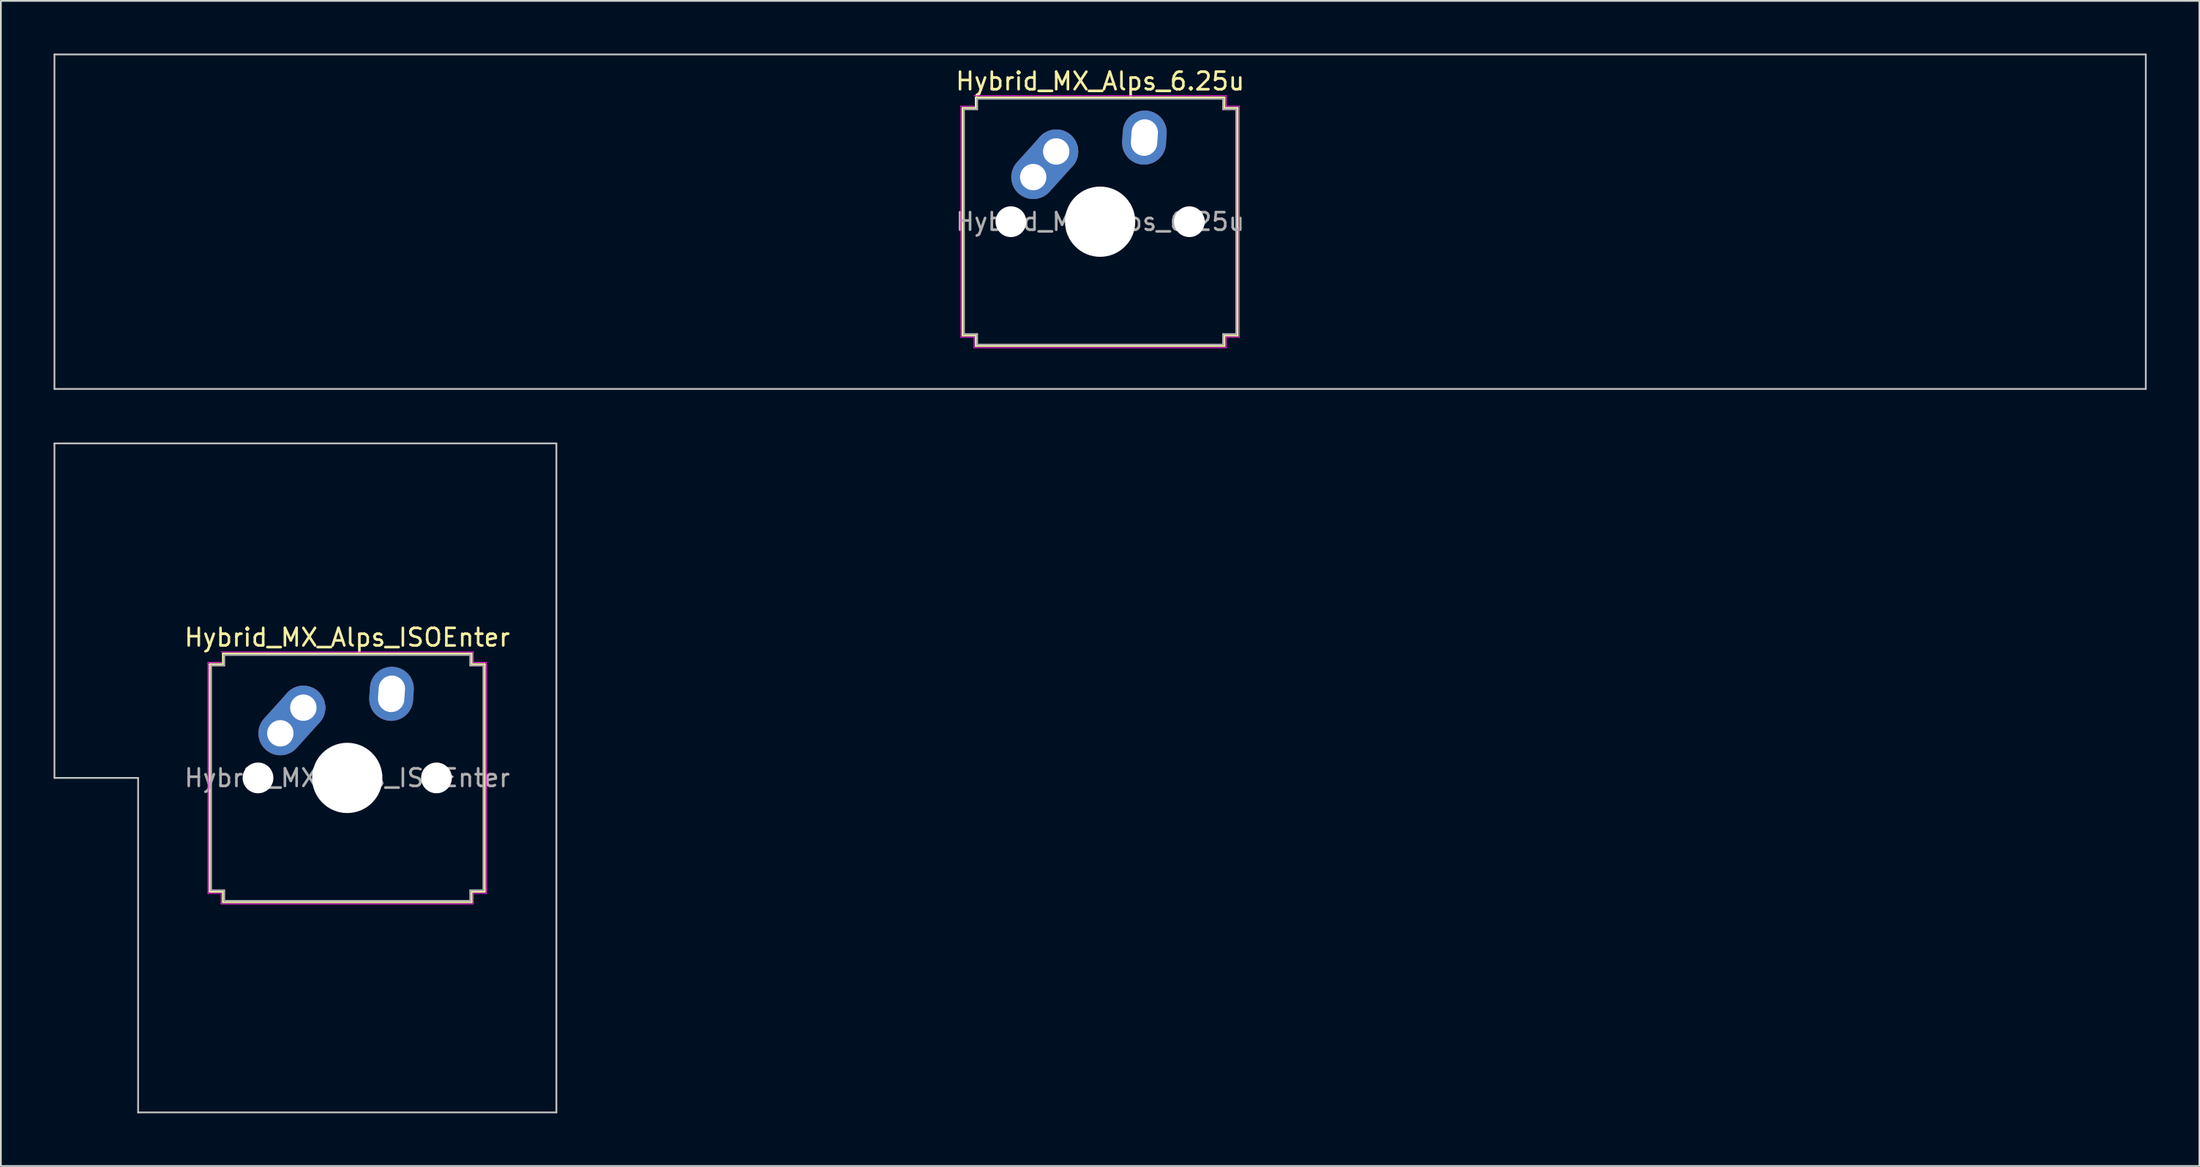
<source format=kicad_pcb>
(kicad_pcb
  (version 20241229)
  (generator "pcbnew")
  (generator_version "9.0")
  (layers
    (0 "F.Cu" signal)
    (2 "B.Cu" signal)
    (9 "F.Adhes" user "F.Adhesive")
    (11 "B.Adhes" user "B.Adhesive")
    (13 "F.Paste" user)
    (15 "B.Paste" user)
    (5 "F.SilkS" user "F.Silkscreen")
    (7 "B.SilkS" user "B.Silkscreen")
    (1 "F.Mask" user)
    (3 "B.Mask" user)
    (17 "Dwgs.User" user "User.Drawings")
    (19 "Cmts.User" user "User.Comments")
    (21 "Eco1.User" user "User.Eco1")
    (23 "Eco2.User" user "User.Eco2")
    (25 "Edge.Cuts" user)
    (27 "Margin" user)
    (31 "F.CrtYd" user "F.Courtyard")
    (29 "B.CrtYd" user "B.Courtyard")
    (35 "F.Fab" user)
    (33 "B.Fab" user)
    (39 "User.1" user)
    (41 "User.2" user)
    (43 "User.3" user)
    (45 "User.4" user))
  (footprint "Hybrid_MX_Alps_6.25u"
    (layer "F.Cu")
    (at 59.581 9.575)
    (property "Reference" "Hybrid_MX_Alps_6.25u" (at 0 -8 0) (layer "F.SilkS") (effects (font (size 1 1) (thickness 0.15))))
    (attr through_hole)
    (fp_line (start -7.821 -6.471) (end -7.071 -6.471) (stroke (width 0.12) (type solid)) (layer "F.SilkS"))
    (fp_line (start -7.821 6.471) (end -7.821 -6.471) (stroke (width 0.12) (type solid)) (layer "F.SilkS"))
    (fp_line (start -7.071 -7.071) (end 7.071 -7.071) (stroke (width 0.12) (type solid)) (layer "F.SilkS"))
    (fp_line (start -7.071 -6.471) (end -7.071 -7.071) (stroke (width 0.12) (type solid)) (layer "F.SilkS"))
    (fp_line (start -7.071 6.471) (end -7.821 6.471) (stroke (width 0.12) (type solid)) (layer "F.SilkS"))
    (fp_line (start -7.071 7.071) (end -7.071 6.471) (stroke (width 0.12) (type solid)) (layer "F.SilkS"))
    (fp_line (start 7.071 -7.071) (end 7.071 -6.471) (stroke (width 0.12) (type solid)) (layer "F.SilkS"))
    (fp_line (start 7.071 -6.471) (end 7.821 -6.471) (stroke (width 0.12) (type solid)) (layer "F.SilkS"))
    (fp_line (start 7.071 6.471) (end 7.071 7.071) (stroke (width 0.12) (type solid)) (layer "F.SilkS"))
    (fp_line (start 7.071 7.071) (end -7.071 7.071) (stroke (width 0.12) (type solid)) (layer "F.SilkS"))
    (fp_line (start 7.821 -6.471) (end 7.821 6.471) (stroke (width 0.12) (type solid)) (layer "F.SilkS"))
    (fp_line (start 7.821 6.471) (end 7.071 6.471) (stroke (width 0.12) (type solid)) (layer "F.SilkS"))
    (fp_line (start -59.531 -9.525) (end -59.531 9.525) (stroke (width 0.1) (type solid)) (layer "Dwgs.User"))
    (fp_line (start -59.531 9.525) (end 59.531 9.525) (stroke (width 0.1) (type solid)) (layer "Dwgs.User"))
    (fp_line (start 59.531 -9.525) (end -59.531 -9.525) (stroke (width 0.1) (type solid)) (layer "Dwgs.User"))
    (fp_line (start 59.531 9.525) (end 59.531 -9.525) (stroke (width 0.1) (type solid)) (layer "Dwgs.User"))
    (fp_line (start -7.927 -6.577) (end -7.177 -6.577) (stroke (width 0.05) (type solid)) (layer "F.CrtYd"))
    (fp_line (start -7.927 6.577) (end -7.927 -6.577) (stroke (width 0.05) (type solid)) (layer "F.CrtYd"))
    (fp_line (start -7.177 -7.177) (end 7.177 -7.177) (stroke (width 0.05) (type solid)) (layer "F.CrtYd"))
    (fp_line (start -7.177 6.577) (end -7.927 6.577) (stroke (width 0.05) (type solid)) (layer "F.CrtYd"))
    (fp_line (start -7.177 7.177) (end -7.177 6.577) (stroke (width 0.05) (type solid)) (layer "F.CrtYd"))
    (fp_line (start 7.177 -7.177) (end 7.177 -6.577) (stroke (width 0.05) (type solid)) (layer "F.CrtYd"))
    (fp_line (start 7.177 -6.577) (end 7.927 -6.577) (stroke (width 0.05) (type solid)) (layer "F.CrtYd"))
    (fp_line (start 7.177 6.577) (end 7.177 7.177) (stroke (width 0.05) (type solid)) (layer "F.CrtYd"))
    (fp_line (start 7.177 7.177) (end -7.177 7.177) (stroke (width 0.05) (type solid)) (layer "F.CrtYd"))
    (fp_line (start 7.927 -6.577) (end 7.927 6.577) (stroke (width 0.05) (type solid)) (layer "F.CrtYd"))
    (fp_line (start 7.927 6.577) (end 7.177 6.577) (stroke (width 0.05) (type solid)) (layer "F.CrtYd"))
    (fp_line (start -7.75 -6.4) (end -7 -6.4) (stroke (width 0.1) (type solid)) (layer "F.Fab"))
    (fp_line (start -7.75 6.4) (end -7.75 -6.4) (stroke (width 0.1) (type solid)) (layer "F.Fab"))
    (fp_line (start -7 -7) (end 7 -7) (stroke (width 0.1) (type solid)) (layer "F.Fab"))
    (fp_line (start -7 -6.4) (end -7 -7) (stroke (width 0.1) (type solid)) (layer "F.Fab"))
    (fp_line (start -7 6.4) (end -7.75 6.4) (stroke (width 0.1) (type solid)) (layer "F.Fab"))
    (fp_line (start -7 7) (end -7 6.4) (stroke (width 0.1) (type solid)) (layer "F.Fab"))
    (fp_line (start 7 -7) (end 7 -6.4) (stroke (width 0.1) (type solid)) (layer "F.Fab"))
    (fp_line (start 7 -6.4) (end 7.75 -6.4) (stroke (width 0.1) (type solid)) (layer "F.Fab"))
    (fp_line (start 7 6.4) (end 7 7) (stroke (width 0.1) (type solid)) (layer "F.Fab"))
    (fp_line (start 7 7) (end -7 7) (stroke (width 0.1) (type solid)) (layer "F.Fab"))
    (fp_line (start 7.75 -6.4) (end 7.75 6.4) (stroke (width 0.1) (type solid)) (layer "F.Fab"))
    (fp_line (start 7.75 6.4) (end 7 6.4) (stroke (width 0.1) (type solid)) (layer "F.Fab"))
    (fp_text user "${REFERENCE}" (at 0 0 0) (layer "F.Fab") (effects (font (size 1 1) (thickness 0.15))))
    (pad "" np_thru_hole circle (at -5.08 0) (size 1.75 1.75) (drill 1.75) (layers "*.Cu" "*.Mask"))
    (pad "" np_thru_hole circle (at 0 0) (size 4 4) (drill 4) (layers "*.Cu" "*.Mask"))
    (pad "" np_thru_hole circle (at 5.08 0) (size 1.75 1.75) (drill 1.75) (layers "*.Cu" "*.Mask"))
    (pad "1" thru_hole oval (at -3.81 -2.54 48) (size 4.462 2.5) (drill 1.5 (offset 0.981 0)) (layers "*.Cu" "*.Mask"))
    (pad "1" thru_hole circle (at -2.5 -4) (size 2.5 2.5) (drill 1.5) (layers "*.Cu" "*.Mask"))
    (pad "2" thru_hole oval (at 2.52 -4.79 86) (size 3.081 2.5) (drill oval 2.081 1.5) (layers "*.Cu" "*.Mask")))
  (footprint "Hybrid_MX_Alps_ISOEnter"
    (layer "F.Cu")
    (at 16.719 41.25)
    (property "Reference" "Hybrid_MX_Alps_ISOEnter" (at 0 -8 0) (layer "F.SilkS") (effects (font (size 1 1) (thickness 0.15))))
    (attr through_hole)
    (fp_line (start -7.821 -6.471) (end -7.071 -6.471) (stroke (width 0.12) (type solid)) (layer "F.SilkS"))
    (fp_line (start -7.821 6.471) (end -7.821 -6.471) (stroke (width 0.12) (type solid)) (layer "F.SilkS"))
    (fp_line (start -7.071 -7.071) (end 7.071 -7.071) (stroke (width 0.12) (type solid)) (layer "F.SilkS"))
    (fp_line (start -7.071 -6.471) (end -7.071 -7.071) (stroke (width 0.12) (type solid)) (layer "F.SilkS"))
    (fp_line (start -7.071 6.471) (end -7.821 6.471) (stroke (width 0.12) (type solid)) (layer "F.SilkS"))
    (fp_line (start -7.071 7.071) (end -7.071 6.471) (stroke (width 0.12) (type solid)) (layer "F.SilkS"))
    (fp_line (start 7.071 -7.071) (end 7.071 -6.471) (stroke (width 0.12) (type solid)) (layer "F.SilkS"))
    (fp_line (start 7.071 -6.471) (end 7.821 -6.471) (stroke (width 0.12) (type solid)) (layer "F.SilkS"))
    (fp_line (start 7.071 6.471) (end 7.071 7.071) (stroke (width 0.12) (type solid)) (layer "F.SilkS"))
    (fp_line (start 7.071 7.071) (end -7.071 7.071) (stroke (width 0.12) (type solid)) (layer "F.SilkS"))
    (fp_line (start 7.821 -6.471) (end 7.821 6.471) (stroke (width 0.12) (type solid)) (layer "F.SilkS"))
    (fp_line (start 7.821 6.471) (end 7.071 6.471) (stroke (width 0.12) (type solid)) (layer "F.SilkS"))
    (fp_line (start -16.669 -19.05) (end -16.669 0) (stroke (width 0.1) (type solid)) (layer "Dwgs.User"))
    (fp_line (start -16.669 0) (end -11.906 0) (stroke (width 0.1) (type solid)) (layer "Dwgs.User"))
    (fp_line (start -11.906 0) (end -11.906 19.05) (stroke (width 0.1) (type solid)) (layer "Dwgs.User"))
    (fp_line (start -11.906 19.05) (end 11.906 19.05) (stroke (width 0.1) (type solid)) (layer "Dwgs.User"))
    (fp_line (start 11.906 -19.05) (end -16.669 -19.05) (stroke (width 0.1) (type solid)) (layer "Dwgs.User"))
    (fp_line (start 11.906 19.05) (end 11.906 -19.05) (stroke (width 0.1) (type solid)) (layer "Dwgs.User"))
    (fp_line (start -7.927 -6.577) (end -7.177 -6.577) (stroke (width 0.05) (type solid)) (layer "F.CrtYd"))
    (fp_line (start -7.927 6.577) (end -7.927 -6.577) (stroke (width 0.05) (type solid)) (layer "F.CrtYd"))
    (fp_line (start -7.177 -7.177) (end 7.177 -7.177) (stroke (width 0.05) (type solid)) (layer "F.CrtYd"))
    (fp_line (start -7.177 6.577) (end -7.927 6.577) (stroke (width 0.05) (type solid)) (layer "F.CrtYd"))
    (fp_line (start -7.177 7.177) (end -7.177 6.577) (stroke (width 0.05) (type solid)) (layer "F.CrtYd"))
    (fp_line (start 7.177 -7.177) (end 7.177 -6.577) (stroke (width 0.05) (type solid)) (layer "F.CrtYd"))
    (fp_line (start 7.177 -6.577) (end 7.927 -6.577) (stroke (width 0.05) (type solid)) (layer "F.CrtYd"))
    (fp_line (start 7.177 6.577) (end 7.177 7.177) (stroke (width 0.05) (type solid)) (layer "F.CrtYd"))
    (fp_line (start 7.177 7.177) (end -7.177 7.177) (stroke (width 0.05) (type solid)) (layer "F.CrtYd"))
    (fp_line (start 7.927 -6.577) (end 7.927 6.577) (stroke (width 0.05) (type solid)) (layer "F.CrtYd"))
    (fp_line (start 7.927 6.577) (end 7.177 6.577) (stroke (width 0.05) (type solid)) (layer "F.CrtYd"))
    (fp_line (start -7.75 -6.4) (end -7 -6.4) (stroke (width 0.1) (type solid)) (layer "F.Fab"))
    (fp_line (start -7.75 6.4) (end -7.75 -6.4) (stroke (width 0.1) (type solid)) (layer "F.Fab"))
    (fp_line (start -7 -7) (end 7 -7) (stroke (width 0.1) (type solid)) (layer "F.Fab"))
    (fp_line (start -7 -6.4) (end -7 -7) (stroke (width 0.1) (type solid)) (layer "F.Fab"))
    (fp_line (start -7 6.4) (end -7.75 6.4) (stroke (width 0.1) (type solid)) (layer "F.Fab"))
    (fp_line (start -7 7) (end -7 6.4) (stroke (width 0.1) (type solid)) (layer "F.Fab"))
    (fp_line (start 7 -7) (end 7 -6.4) (stroke (width 0.1) (type solid)) (layer "F.Fab"))
    (fp_line (start 7 -6.4) (end 7.75 -6.4) (stroke (width 0.1) (type solid)) (layer "F.Fab"))
    (fp_line (start 7 6.4) (end 7 7) (stroke (width 0.1) (type solid)) (layer "F.Fab"))
    (fp_line (start 7 7) (end -7 7) (stroke (width 0.1) (type solid)) (layer "F.Fab"))
    (fp_line (start 7.75 -6.4) (end 7.75 6.4) (stroke (width 0.1) (type solid)) (layer "F.Fab"))
    (fp_line (start 7.75 6.4) (end 7 6.4) (stroke (width 0.1) (type solid)) (layer "F.Fab"))
    (fp_text user "${REFERENCE}" (at 0 0 0) (layer "F.Fab") (effects (font (size 1 1) (thickness 0.15))))
    (pad "" np_thru_hole circle (at -5.08 0) (size 1.75 1.75) (drill 1.75) (layers "*.Cu" "*.Mask"))
    (pad "" np_thru_hole circle (at 0 0) (size 4 4) (drill 4) (layers "*.Cu" "*.Mask"))
    (pad "" np_thru_hole circle (at 5.08 0) (size 1.75 1.75) (drill 1.75) (layers "*.Cu" "*.Mask"))
    (pad "1" thru_hole oval (at -3.81 -2.54 48) (size 4.462 2.5) (drill 1.5 (offset 0.981 0)) (layers "*.Cu" "*.Mask"))
    (pad "1" thru_hole circle (at -2.5 -4) (size 2.5 2.5) (drill 1.5) (layers "*.Cu" "*.Mask"))
    (pad "2" thru_hole oval (at 2.52 -4.79 86) (size 3.081 2.5) (drill oval 2.081 1.5) (layers "*.Cu" "*.Mask")))
  (gr_rect
    (start -3 -3)
    (end 122.162 63.35)
    (stroke (width 0.1) (type default))
    (fill no)
    (layer "Edge.Cuts")))
</source>
